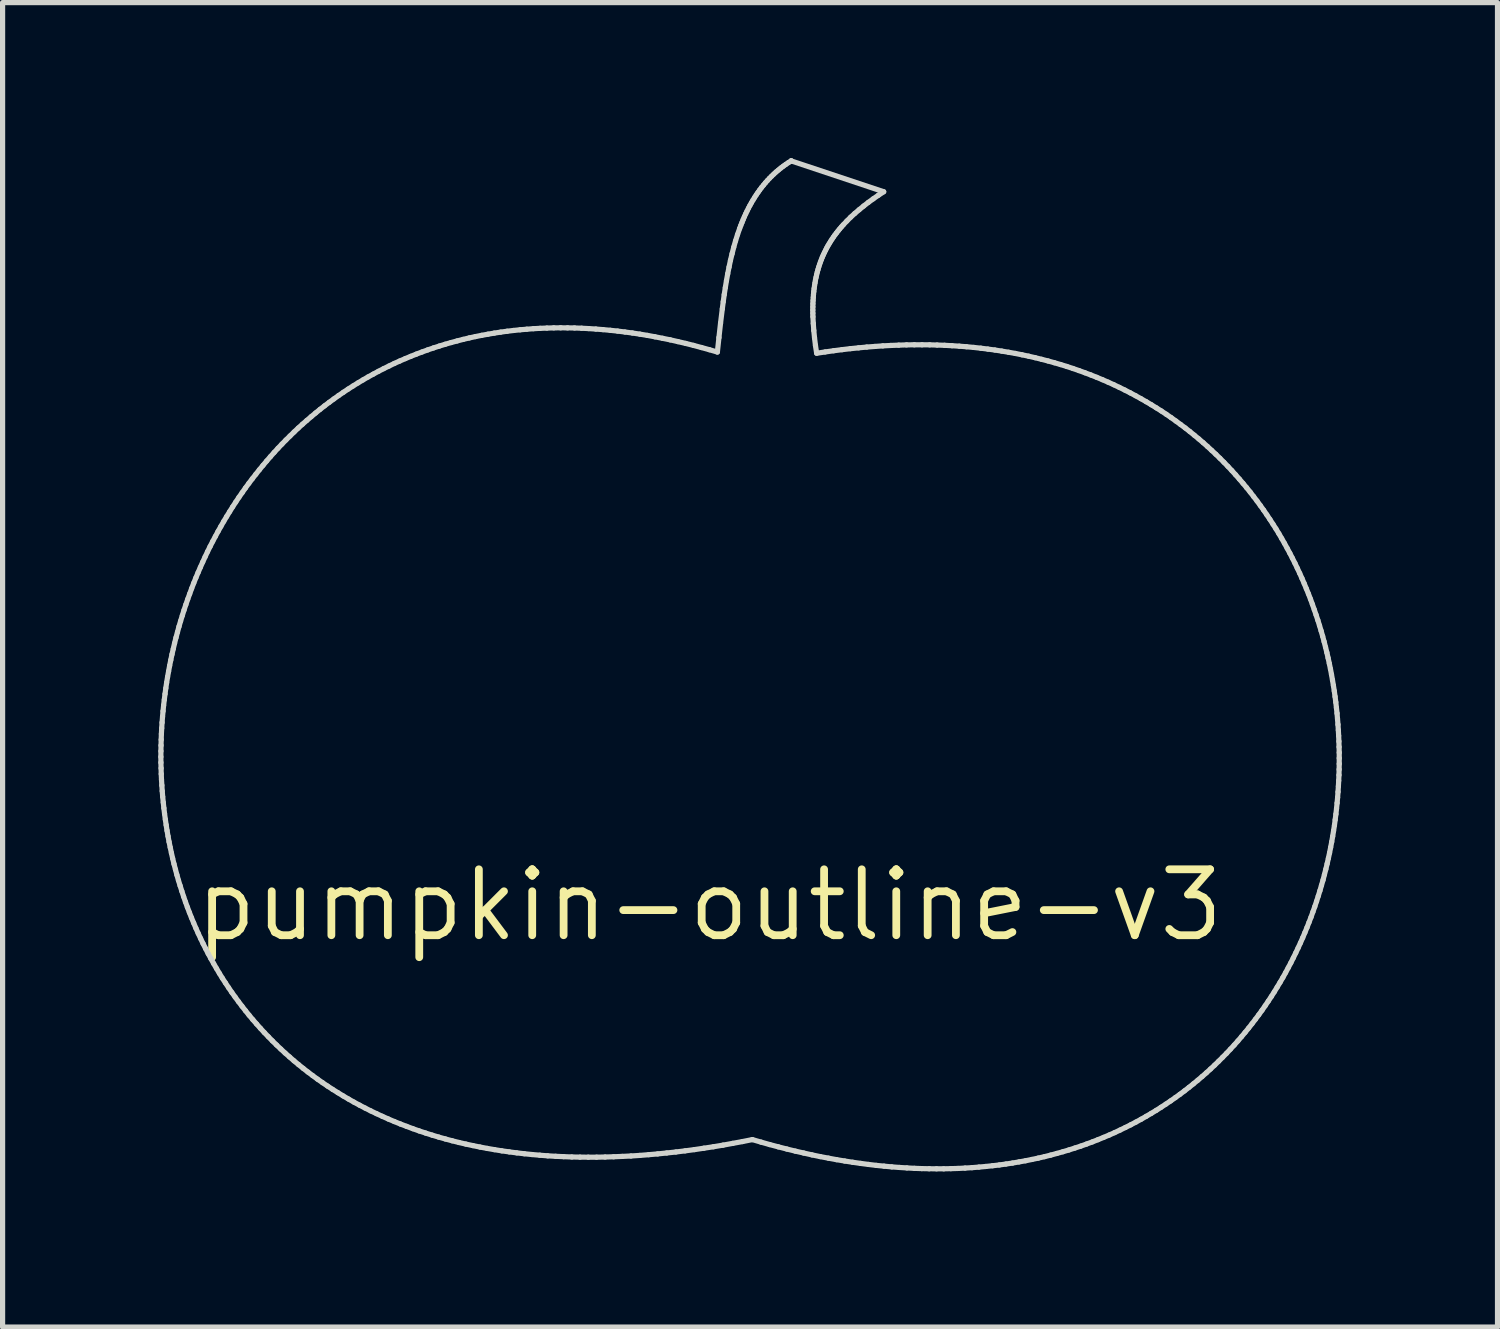
<source format=kicad_pcb>
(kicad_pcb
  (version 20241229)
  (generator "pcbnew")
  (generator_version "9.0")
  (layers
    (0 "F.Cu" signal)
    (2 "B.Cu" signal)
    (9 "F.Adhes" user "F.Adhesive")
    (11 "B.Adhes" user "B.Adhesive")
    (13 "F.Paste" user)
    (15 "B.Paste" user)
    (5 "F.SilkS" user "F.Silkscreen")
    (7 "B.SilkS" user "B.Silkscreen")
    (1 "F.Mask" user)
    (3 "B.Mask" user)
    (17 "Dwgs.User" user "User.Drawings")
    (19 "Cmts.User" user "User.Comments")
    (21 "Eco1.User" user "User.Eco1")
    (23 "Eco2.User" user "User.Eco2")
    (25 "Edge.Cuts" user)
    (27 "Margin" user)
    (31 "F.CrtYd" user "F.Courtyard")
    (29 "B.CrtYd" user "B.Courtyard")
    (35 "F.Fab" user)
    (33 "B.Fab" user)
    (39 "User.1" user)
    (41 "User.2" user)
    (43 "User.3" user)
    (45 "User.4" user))
  (footprint "pumpkin-outline-v3"
    (layer "F.Cu")
    (at 10.623 14.392)
    (property "Reference" "pumpkin-outline-v3" (at 0 0 0) (layer "F.SilkS") (effects (font (size 1.27 1.27) (thickness 0.15))))
    (attr through_hole)
    (fp_line (start -10.573 -2.858) (end -10.572 -2.748) (stroke (width 0.1) (type solid)) (layer "Edge.Cuts"))
    (fp_line (start -10.572 -2.968) (end -10.573 -2.858) (stroke (width 0.1) (type solid)) (layer "Edge.Cuts"))
    (fp_line (start -10.572 -2.748) (end -10.569 -2.638) (stroke (width 0.1) (type solid)) (layer "Edge.Cuts"))
    (fp_line (start -10.57 -3.078) (end -10.572 -2.968) (stroke (width 0.1) (type solid)) (layer "Edge.Cuts"))
    (fp_line (start -10.569 -2.638) (end -10.566 -2.528) (stroke (width 0.1) (type solid)) (layer "Edge.Cuts"))
    (fp_line (start -10.567 -3.189) (end -10.57 -3.078) (stroke (width 0.1) (type solid)) (layer "Edge.Cuts"))
    (fp_line (start -10.566 -2.528) (end -10.561 -2.418) (stroke (width 0.1) (type solid)) (layer "Edge.Cuts"))
    (fp_line (start -10.563 -3.299) (end -10.567 -3.189) (stroke (width 0.1) (type solid)) (layer "Edge.Cuts"))
    (fp_line (start -10.561 -2.418) (end -10.554 -2.308) (stroke (width 0.1) (type solid)) (layer "Edge.Cuts"))
    (fp_line (start -10.557 -3.409) (end -10.563 -3.299) (stroke (width 0.1) (type solid)) (layer "Edge.Cuts"))
    (fp_line (start -10.554 -2.308) (end -10.547 -2.198) (stroke (width 0.1) (type solid)) (layer "Edge.Cuts"))
    (fp_line (start -10.55 -3.519) (end -10.557 -3.409) (stroke (width 0.1) (type solid)) (layer "Edge.Cuts"))
    (fp_line (start -10.547 -2.198) (end -10.538 -2.089) (stroke (width 0.1) (type solid)) (layer "Edge.Cuts"))
    (fp_line (start -10.541 -3.63) (end -10.55 -3.519) (stroke (width 0.1) (type solid)) (layer "Edge.Cuts"))
    (fp_line (start -10.538 -2.089) (end -10.527 -1.979) (stroke (width 0.1) (type solid)) (layer "Edge.Cuts"))
    (fp_line (start -10.531 -3.74) (end -10.541 -3.63) (stroke (width 0.1) (type solid)) (layer "Edge.Cuts"))
    (fp_line (start -10.527 -1.979) (end -10.515 -1.87) (stroke (width 0.1) (type solid)) (layer "Edge.Cuts"))
    (fp_line (start -10.52 -3.85) (end -10.531 -3.74) (stroke (width 0.1) (type solid)) (layer "Edge.Cuts"))
    (fp_line (start -10.515 -1.87) (end -10.502 -1.761) (stroke (width 0.1) (type solid)) (layer "Edge.Cuts"))
    (fp_line (start -10.507 -3.959) (end -10.52 -3.85) (stroke (width 0.1) (type solid)) (layer "Edge.Cuts"))
    (fp_line (start -10.502 -1.761) (end -10.487 -1.652) (stroke (width 0.1) (type solid)) (layer "Edge.Cuts"))
    (fp_line (start -10.493 -4.069) (end -10.507 -3.959) (stroke (width 0.1) (type solid)) (layer "Edge.Cuts"))
    (fp_line (start -10.487 -1.652) (end -10.471 -1.544) (stroke (width 0.1) (type solid)) (layer "Edge.Cuts"))
    (fp_line (start -10.478 -4.179) (end -10.493 -4.069) (stroke (width 0.1) (type solid)) (layer "Edge.Cuts"))
    (fp_line (start -10.471 -1.544) (end -10.454 -1.436) (stroke (width 0.1) (type solid)) (layer "Edge.Cuts"))
    (fp_line (start -10.462 -4.288) (end -10.478 -4.179) (stroke (width 0.1) (type solid)) (layer "Edge.Cuts"))
    (fp_line (start -10.454 -1.436) (end -10.435 -1.328) (stroke (width 0.1) (type solid)) (layer "Edge.Cuts"))
    (fp_line (start -10.444 -4.397) (end -10.462 -4.288) (stroke (width 0.1) (type solid)) (layer "Edge.Cuts"))
    (fp_line (start -10.435 -1.328) (end -10.415 -1.22) (stroke (width 0.1) (type solid)) (layer "Edge.Cuts"))
    (fp_line (start -10.424 -4.506) (end -10.444 -4.397) (stroke (width 0.1) (type solid)) (layer "Edge.Cuts"))
    (fp_line (start -10.415 -1.22) (end -10.393 -1.113) (stroke (width 0.1) (type solid)) (layer "Edge.Cuts"))
    (fp_line (start -10.404 -4.615) (end -10.424 -4.506) (stroke (width 0.1) (type solid)) (layer "Edge.Cuts"))
    (fp_line (start -10.393 -1.113) (end -10.37 -1.006) (stroke (width 0.1) (type solid)) (layer "Edge.Cuts"))
    (fp_line (start -10.382 -4.723) (end -10.404 -4.615) (stroke (width 0.1) (type solid)) (layer "Edge.Cuts"))
    (fp_line (start -10.37 -1.006) (end -10.346 -0.9) (stroke (width 0.1) (type solid)) (layer "Edge.Cuts"))
    (fp_line (start -10.359 -4.832) (end -10.382 -4.723) (stroke (width 0.1) (type solid)) (layer "Edge.Cuts"))
    (fp_line (start -10.346 -0.9) (end -10.32 -0.793) (stroke (width 0.1) (type solid)) (layer "Edge.Cuts"))
    (fp_line (start -10.334 -4.939) (end -10.359 -4.832) (stroke (width 0.1) (type solid)) (layer "Edge.Cuts"))
    (fp_line (start -10.32 -0.793) (end -10.292 -0.688) (stroke (width 0.1) (type solid)) (layer "Edge.Cuts"))
    (fp_line (start -10.309 -5.047) (end -10.334 -4.939) (stroke (width 0.1) (type solid)) (layer "Edge.Cuts"))
    (fp_line (start -10.292 -0.688) (end -10.264 -0.582) (stroke (width 0.1) (type solid)) (layer "Edge.Cuts"))
    (fp_line (start -10.282 -5.154) (end -10.309 -5.047) (stroke (width 0.1) (type solid)) (layer "Edge.Cuts"))
    (fp_line (start -10.264 -0.582) (end -10.234 -0.477) (stroke (width 0.1) (type solid)) (layer "Edge.Cuts"))
    (fp_line (start -10.253 -5.261) (end -10.282 -5.154) (stroke (width 0.1) (type solid)) (layer "Edge.Cuts"))
    (fp_line (start -10.234 -0.477) (end -10.202 -0.373) (stroke (width 0.1) (type solid)) (layer "Edge.Cuts"))
    (fp_line (start -10.224 -5.368) (end -10.253 -5.261) (stroke (width 0.1) (type solid)) (layer "Edge.Cuts"))
    (fp_line (start -10.202 -0.373) (end -10.169 -0.269) (stroke (width 0.1) (type solid)) (layer "Edge.Cuts"))
    (fp_line (start -10.193 -5.474) (end -10.224 -5.368) (stroke (width 0.1) (type solid)) (layer "Edge.Cuts"))
    (fp_line (start -10.169 -0.269) (end -10.135 -0.165) (stroke (width 0.1) (type solid)) (layer "Edge.Cuts"))
    (fp_line (start -10.16 -5.58) (end -10.193 -5.474) (stroke (width 0.1) (type solid)) (layer "Edge.Cuts"))
    (fp_line (start -10.135 -0.165) (end -10.099 -0.062) (stroke (width 0.1) (type solid)) (layer "Edge.Cuts"))
    (fp_line (start -10.127 -5.685) (end -10.16 -5.58) (stroke (width 0.1) (type solid)) (layer "Edge.Cuts"))
    (fp_line (start -10.099 -0.062) (end -10.062 0.04) (stroke (width 0.1) (type solid)) (layer "Edge.Cuts"))
    (fp_line (start -10.092 -5.79) (end -10.127 -5.685) (stroke (width 0.1) (type solid)) (layer "Edge.Cuts"))
    (fp_line (start -10.062 0.04) (end -10.023 0.142) (stroke (width 0.1) (type solid)) (layer "Edge.Cuts"))
    (fp_line (start -10.056 -5.894) (end -10.092 -5.79) (stroke (width 0.1) (type solid)) (layer "Edge.Cuts"))
    (fp_line (start -10.023 0.142) (end -9.983 0.243) (stroke (width 0.1) (type solid)) (layer "Edge.Cuts"))
    (fp_line (start -10.018 -5.998) (end -10.056 -5.894) (stroke (width 0.1) (type solid)) (layer "Edge.Cuts"))
    (fp_line (start -9.983 0.243) (end -9.941 0.344) (stroke (width 0.1) (type solid)) (layer "Edge.Cuts"))
    (fp_line (start -9.98 -6.102) (end -10.018 -5.998) (stroke (width 0.1) (type solid)) (layer "Edge.Cuts"))
    (fp_line (start -9.941 0.344) (end -9.898 0.444) (stroke (width 0.1) (type solid)) (layer "Edge.Cuts"))
    (fp_line (start -9.94 -6.205) (end -9.98 -6.102) (stroke (width 0.1) (type solid)) (layer "Edge.Cuts"))
    (fp_line (start -9.899 -6.307) (end -9.94 -6.205) (stroke (width 0.1) (type solid)) (layer "Edge.Cuts"))
    (fp_line (start -9.898 0.444) (end -9.854 0.543) (stroke (width 0.1) (type solid)) (layer "Edge.Cuts"))
    (fp_line (start -9.856 -6.409) (end -9.899 -6.307) (stroke (width 0.1) (type solid)) (layer "Edge.Cuts"))
    (fp_line (start -9.854 0.543) (end -9.808 0.642) (stroke (width 0.1) (type solid)) (layer "Edge.Cuts"))
    (fp_line (start -9.812 -6.51) (end -9.856 -6.409) (stroke (width 0.1) (type solid)) (layer "Edge.Cuts"))
    (fp_line (start -9.808 0.642) (end -9.76 0.741) (stroke (width 0.1) (type solid)) (layer "Edge.Cuts"))
    (fp_line (start -9.767 -6.611) (end -9.812 -6.51) (stroke (width 0.1) (type solid)) (layer "Edge.Cuts"))
    (fp_line (start -9.76 0.741) (end -9.711 0.838) (stroke (width 0.1) (type solid)) (layer "Edge.Cuts"))
    (fp_line (start -9.721 -6.711) (end -9.767 -6.611) (stroke (width 0.1) (type solid)) (layer "Edge.Cuts"))
    (fp_line (start -9.711 0.838) (end -9.661 0.935) (stroke (width 0.1) (type solid)) (layer "Edge.Cuts"))
    (fp_line (start -9.674 -6.811) (end -9.721 -6.711) (stroke (width 0.1) (type solid)) (layer "Edge.Cuts"))
    (fp_line (start -9.661 0.935) (end -9.609 1.031) (stroke (width 0.1) (type solid)) (layer "Edge.Cuts"))
    (fp_line (start -9.625 -6.91) (end -9.674 -6.811) (stroke (width 0.1) (type solid)) (layer "Edge.Cuts"))
    (fp_line (start -9.609 1.031) (end -9.556 1.126) (stroke (width 0.1) (type solid)) (layer "Edge.Cuts"))
    (fp_line (start -9.575 -7.008) (end -9.625 -6.91) (stroke (width 0.1) (type solid)) (layer "Edge.Cuts"))
    (fp_line (start -9.556 1.126) (end -9.501 1.221) (stroke (width 0.1) (type solid)) (layer "Edge.Cuts"))
    (fp_line (start -9.523 -7.105) (end -9.575 -7.008) (stroke (width 0.1) (type solid)) (layer "Edge.Cuts"))
    (fp_line (start -9.501 1.221) (end -9.445 1.315) (stroke (width 0.1) (type solid)) (layer "Edge.Cuts"))
    (fp_line (start -9.471 -7.202) (end -9.523 -7.105) (stroke (width 0.1) (type solid)) (layer "Edge.Cuts"))
    (fp_line (start -9.445 1.315) (end -9.388 1.408) (stroke (width 0.1) (type solid)) (layer "Edge.Cuts"))
    (fp_line (start -9.417 -7.298) (end -9.471 -7.202) (stroke (width 0.1) (type solid)) (layer "Edge.Cuts"))
    (fp_line (start -9.388 1.408) (end -9.328 1.5) (stroke (width 0.1) (type solid)) (layer "Edge.Cuts"))
    (fp_line (start -9.362 -7.394) (end -9.417 -7.298) (stroke (width 0.1) (type solid)) (layer "Edge.Cuts"))
    (fp_line (start -9.328 1.5) (end -9.268 1.591) (stroke (width 0.1) (type solid)) (layer "Edge.Cuts"))
    (fp_line (start -9.306 -7.488) (end -9.362 -7.394) (stroke (width 0.1) (type solid)) (layer "Edge.Cuts"))
    (fp_line (start -9.268 1.591) (end -9.206 1.682) (stroke (width 0.1) (type solid)) (layer "Edge.Cuts"))
    (fp_line (start -9.248 -7.582) (end -9.306 -7.488) (stroke (width 0.1) (type solid)) (layer "Edge.Cuts"))
    (fp_line (start -9.206 1.682) (end -9.142 1.771) (stroke (width 0.1) (type solid)) (layer "Edge.Cuts"))
    (fp_line (start -9.19 -7.675) (end -9.248 -7.582) (stroke (width 0.1) (type solid)) (layer "Edge.Cuts"))
    (fp_line (start -9.142 1.771) (end -9.077 1.86) (stroke (width 0.1) (type solid)) (layer "Edge.Cuts"))
    (fp_line (start -9.13 -7.767) (end -9.19 -7.675) (stroke (width 0.1) (type solid)) (layer "Edge.Cuts"))
    (fp_line (start -9.077 1.86) (end -9.01 1.948) (stroke (width 0.1) (type solid)) (layer "Edge.Cuts"))
    (fp_line (start -9.069 -7.859) (end -9.13 -7.767) (stroke (width 0.1) (type solid)) (layer "Edge.Cuts"))
    (fp_line (start -9.01 1.948) (end -8.942 2.035) (stroke (width 0.1) (type solid)) (layer "Edge.Cuts"))
    (fp_line (start -9.006 -7.949) (end -9.069 -7.859) (stroke (width 0.1) (type solid)) (layer "Edge.Cuts"))
    (fp_line (start -8.943 -8.039) (end -9.006 -7.949) (stroke (width 0.1) (type solid)) (layer "Edge.Cuts"))
    (fp_line (start -8.942 2.035) (end -8.873 2.121) (stroke (width 0.1) (type solid)) (layer "Edge.Cuts"))
    (fp_line (start -8.878 -8.128) (end -8.943 -8.039) (stroke (width 0.1) (type solid)) (layer "Edge.Cuts"))
    (fp_line (start -8.873 2.121) (end -8.802 2.206) (stroke (width 0.1) (type solid)) (layer "Edge.Cuts"))
    (fp_line (start -8.812 -8.215) (end -8.878 -8.128) (stroke (width 0.1) (type solid)) (layer "Edge.Cuts"))
    (fp_line (start -8.802 2.206) (end -8.729 2.29) (stroke (width 0.1) (type solid)) (layer "Edge.Cuts"))
    (fp_line (start -8.744 -8.302) (end -8.812 -8.215) (stroke (width 0.1) (type solid)) (layer "Edge.Cuts"))
    (fp_line (start -8.729 2.29) (end -8.655 2.373) (stroke (width 0.1) (type solid)) (layer "Edge.Cuts"))
    (fp_line (start -8.676 -8.388) (end -8.744 -8.302) (stroke (width 0.1) (type solid)) (layer "Edge.Cuts"))
    (fp_line (start -8.655 2.373) (end -8.58 2.455) (stroke (width 0.1) (type solid)) (layer "Edge.Cuts"))
    (fp_line (start -8.606 -8.473) (end -8.676 -8.388) (stroke (width 0.1) (type solid)) (layer "Edge.Cuts"))
    (fp_line (start -8.58 2.455) (end -8.502 2.536) (stroke (width 0.1) (type solid)) (layer "Edge.Cuts"))
    (fp_line (start -8.535 -8.558) (end -8.606 -8.473) (stroke (width 0.1) (type solid)) (layer "Edge.Cuts"))
    (fp_line (start -8.502 2.536) (end -8.424 2.616) (stroke (width 0.1) (type solid)) (layer "Edge.Cuts"))
    (fp_line (start -8.463 -8.641) (end -8.535 -8.558) (stroke (width 0.1) (type solid)) (layer "Edge.Cuts"))
    (fp_line (start -8.424 2.616) (end -8.344 2.695) (stroke (width 0.1) (type solid)) (layer "Edge.Cuts"))
    (fp_line (start -8.39 -8.723) (end -8.463 -8.641) (stroke (width 0.1) (type solid)) (layer "Edge.Cuts"))
    (fp_line (start -8.344 2.695) (end -8.262 2.773) (stroke (width 0.1) (type solid)) (layer "Edge.Cuts"))
    (fp_line (start -8.316 -8.804) (end -8.39 -8.723) (stroke (width 0.1) (type solid)) (layer "Edge.Cuts"))
    (fp_line (start -8.262 2.773) (end -8.179 2.85) (stroke (width 0.1) (type solid)) (layer "Edge.Cuts"))
    (fp_line (start -8.24 -8.884) (end -8.316 -8.804) (stroke (width 0.1) (type solid)) (layer "Edge.Cuts"))
    (fp_line (start -8.179 2.85) (end -8.094 2.925) (stroke (width 0.1) (type solid)) (layer "Edge.Cuts"))
    (fp_line (start -8.163 -8.963) (end -8.24 -8.884) (stroke (width 0.1) (type solid)) (layer "Edge.Cuts"))
    (fp_line (start -8.094 2.925) (end -8.008 3) (stroke (width 0.1) (type solid)) (layer "Edge.Cuts"))
    (fp_line (start -8.085 -9.04) (end -8.163 -8.963) (stroke (width 0.1) (type solid)) (layer "Edge.Cuts"))
    (fp_line (start -8.008 3) (end -7.92 3.073) (stroke (width 0.1) (type solid)) (layer "Edge.Cuts"))
    (fp_line (start -8.006 -9.117) (end -8.085 -9.04) (stroke (width 0.1) (type solid)) (layer "Edge.Cuts"))
    (fp_line (start -7.926 -9.193) (end -8.006 -9.117) (stroke (width 0.1) (type solid)) (layer "Edge.Cuts"))
    (fp_line (start -7.92 3.073) (end -7.831 3.145) (stroke (width 0.1) (type solid)) (layer "Edge.Cuts"))
    (fp_line (start -7.844 -9.267) (end -7.926 -9.193) (stroke (width 0.1) (type solid)) (layer "Edge.Cuts"))
    (fp_line (start -7.831 3.145) (end -7.74 3.216) (stroke (width 0.1) (type solid)) (layer "Edge.Cuts"))
    (fp_line (start -7.761 -9.34) (end -7.844 -9.267) (stroke (width 0.1) (type solid)) (layer "Edge.Cuts"))
    (fp_line (start -7.74 3.216) (end -7.648 3.285) (stroke (width 0.1) (type solid)) (layer "Edge.Cuts"))
    (fp_line (start -7.677 -9.412) (end -7.761 -9.34) (stroke (width 0.1) (type solid)) (layer "Edge.Cuts"))
    (fp_line (start -7.648 3.285) (end -7.554 3.354) (stroke (width 0.1) (type solid)) (layer "Edge.Cuts"))
    (fp_line (start -7.592 -9.483) (end -7.677 -9.412) (stroke (width 0.1) (type solid)) (layer "Edge.Cuts"))
    (fp_line (start -7.554 3.354) (end -7.458 3.421) (stroke (width 0.1) (type solid)) (layer "Edge.Cuts"))
    (fp_line (start -7.506 -9.553) (end -7.592 -9.483) (stroke (width 0.1) (type solid)) (layer "Edge.Cuts"))
    (fp_line (start -7.458 3.421) (end -7.361 3.487) (stroke (width 0.1) (type solid)) (layer "Edge.Cuts"))
    (fp_line (start -7.419 -9.621) (end -7.506 -9.553) (stroke (width 0.1) (type solid)) (layer "Edge.Cuts"))
    (fp_line (start -7.361 3.487) (end -7.263 3.551) (stroke (width 0.1) (type solid)) (layer "Edge.Cuts"))
    (fp_line (start -7.33 -9.688) (end -7.419 -9.621) (stroke (width 0.1) (type solid)) (layer "Edge.Cuts"))
    (fp_line (start -7.263 3.551) (end -7.162 3.614) (stroke (width 0.1) (type solid)) (layer "Edge.Cuts"))
    (fp_line (start -7.24 -9.754) (end -7.33 -9.688) (stroke (width 0.1) (type solid)) (layer "Edge.Cuts"))
    (fp_line (start -7.162 3.614) (end -7.061 3.676) (stroke (width 0.1) (type solid)) (layer "Edge.Cuts"))
    (fp_line (start -7.149 -9.819) (end -7.24 -9.754) (stroke (width 0.1) (type solid)) (layer "Edge.Cuts"))
    (fp_line (start -7.061 3.676) (end -6.957 3.737) (stroke (width 0.1) (type solid)) (layer "Edge.Cuts"))
    (fp_line (start -7.057 -9.882) (end -7.149 -9.819) (stroke (width 0.1) (type solid)) (layer "Edge.Cuts"))
    (fp_line (start -6.964 -9.944) (end -7.057 -9.882) (stroke (width 0.1) (type solid)) (layer "Edge.Cuts"))
    (fp_line (start -6.957 3.737) (end -6.853 3.796) (stroke (width 0.1) (type solid)) (layer "Edge.Cuts"))
    (fp_line (start -6.87 -10.004) (end -6.964 -9.944) (stroke (width 0.1) (type solid)) (layer "Edge.Cuts"))
    (fp_line (start -6.853 3.796) (end -6.746 3.854) (stroke (width 0.1) (type solid)) (layer "Edge.Cuts"))
    (fp_line (start -6.775 -10.063) (end -6.87 -10.004) (stroke (width 0.1) (type solid)) (layer "Edge.Cuts"))
    (fp_line (start -6.746 3.854) (end -6.638 3.91) (stroke (width 0.1) (type solid)) (layer "Edge.Cuts"))
    (fp_line (start -6.678 -10.121) (end -6.775 -10.063) (stroke (width 0.1) (type solid)) (layer "Edge.Cuts"))
    (fp_line (start -6.638 3.91) (end -6.529 3.965) (stroke (width 0.1) (type solid)) (layer "Edge.Cuts"))
    (fp_line (start -6.58 -10.178) (end -6.678 -10.121) (stroke (width 0.1) (type solid)) (layer "Edge.Cuts"))
    (fp_line (start -6.529 3.965) (end -6.418 4.018) (stroke (width 0.1) (type solid)) (layer "Edge.Cuts"))
    (fp_line (start -6.481 -10.232) (end -6.58 -10.178) (stroke (width 0.1) (type solid)) (layer "Edge.Cuts"))
    (fp_line (start -6.418 4.018) (end -6.305 4.07) (stroke (width 0.1) (type solid)) (layer "Edge.Cuts"))
    (fp_line (start -6.381 -10.286) (end -6.481 -10.232) (stroke (width 0.1) (type solid)) (layer "Edge.Cuts"))
    (fp_line (start -6.305 4.07) (end -6.191 4.121) (stroke (width 0.1) (type solid)) (layer "Edge.Cuts"))
    (fp_line (start -6.28 -10.338) (end -6.381 -10.286) (stroke (width 0.1) (type solid)) (layer "Edge.Cuts"))
    (fp_line (start -6.191 4.121) (end -6.075 4.17) (stroke (width 0.1) (type solid)) (layer "Edge.Cuts"))
    (fp_line (start -6.178 -10.388) (end -6.28 -10.338) (stroke (width 0.1) (type solid)) (layer "Edge.Cuts"))
    (fp_line (start -6.075 4.17) (end -5.957 4.218) (stroke (width 0.1) (type solid)) (layer "Edge.Cuts"))
    (fp_line (start -6.075 -10.438) (end -6.178 -10.388) (stroke (width 0.1) (type solid)) (layer "Edge.Cuts"))
    (fp_line (start -5.97 -10.485) (end -6.075 -10.438) (stroke (width 0.1) (type solid)) (layer "Edge.Cuts"))
    (fp_line (start -5.957 4.218) (end -5.838 4.263) (stroke (width 0.1) (type solid)) (layer "Edge.Cuts"))
    (fp_line (start -5.864 -10.531) (end -5.97 -10.485) (stroke (width 0.1) (type solid)) (layer "Edge.Cuts"))
    (fp_line (start -5.838 4.263) (end -5.718 4.308) (stroke (width 0.1) (type solid)) (layer "Edge.Cuts"))
    (fp_line (start -5.758 -10.575) (end -5.864 -10.531) (stroke (width 0.1) (type solid)) (layer "Edge.Cuts"))
    (fp_line (start -5.718 4.308) (end -5.596 4.351) (stroke (width 0.1) (type solid)) (layer "Edge.Cuts"))
    (fp_line (start -5.65 -10.618) (end -5.758 -10.575) (stroke (width 0.1) (type solid)) (layer "Edge.Cuts"))
    (fp_line (start -5.596 4.351) (end -5.472 4.392) (stroke (width 0.1) (type solid)) (layer "Edge.Cuts"))
    (fp_line (start -5.541 -10.659) (end -5.65 -10.618) (stroke (width 0.1) (type solid)) (layer "Edge.Cuts"))
    (fp_line (start -5.472 4.392) (end -5.346 4.432) (stroke (width 0.1) (type solid)) (layer "Edge.Cuts"))
    (fp_line (start -5.431 -10.699) (end -5.541 -10.659) (stroke (width 0.1) (type solid)) (layer "Edge.Cuts"))
    (fp_line (start -5.346 4.432) (end -5.219 4.47) (stroke (width 0.1) (type solid)) (layer "Edge.Cuts"))
    (fp_line (start -5.32 -10.737) (end -5.431 -10.699) (stroke (width 0.1) (type solid)) (layer "Edge.Cuts"))
    (fp_line (start -5.219 4.47) (end -5.091 4.506) (stroke (width 0.1) (type solid)) (layer "Edge.Cuts"))
    (fp_line (start -5.208 -10.773) (end -5.32 -10.737) (stroke (width 0.1) (type solid)) (layer "Edge.Cuts"))
    (fp_line (start -5.094 -10.808) (end -5.208 -10.773) (stroke (width 0.1) (type solid)) (layer "Edge.Cuts"))
    (fp_line (start -5.091 4.506) (end -4.96 4.541) (stroke (width 0.1) (type solid)) (layer "Edge.Cuts"))
    (fp_line (start -4.98 -10.841) (end -5.094 -10.808) (stroke (width 0.1) (type solid)) (layer "Edge.Cuts"))
    (fp_line (start -4.96 4.541) (end -4.829 4.574) (stroke (width 0.1) (type solid)) (layer "Edge.Cuts"))
    (fp_line (start -4.864 -10.872) (end -4.98 -10.841) (stroke (width 0.1) (type solid)) (layer "Edge.Cuts"))
    (fp_line (start -4.829 4.574) (end -4.695 4.605) (stroke (width 0.1) (type solid)) (layer "Edge.Cuts"))
    (fp_line (start -4.748 -10.902) (end -4.864 -10.872) (stroke (width 0.1) (type solid)) (layer "Edge.Cuts"))
    (fp_line (start -4.695 4.605) (end -4.56 4.634) (stroke (width 0.1) (type solid)) (layer "Edge.Cuts"))
    (fp_line (start -4.63 -10.93) (end -4.748 -10.902) (stroke (width 0.1) (type solid)) (layer "Edge.Cuts"))
    (fp_line (start -4.56 4.634) (end -4.423 4.662) (stroke (width 0.1) (type solid)) (layer "Edge.Cuts"))
    (fp_line (start -4.511 -10.956) (end -4.63 -10.93) (stroke (width 0.1) (type solid)) (layer "Edge.Cuts"))
    (fp_line (start -4.423 4.662) (end -4.285 4.688) (stroke (width 0.1) (type solid)) (layer "Edge.Cuts"))
    (fp_line (start -4.391 -10.98) (end -4.511 -10.956) (stroke (width 0.1) (type solid)) (layer "Edge.Cuts"))
    (fp_line (start -4.285 4.688) (end -4.145 4.712) (stroke (width 0.1) (type solid)) (layer "Edge.Cuts"))
    (fp_line (start -4.27 -11.002) (end -4.391 -10.98) (stroke (width 0.1) (type solid)) (layer "Edge.Cuts"))
    (fp_line (start -4.148 -11.023) (end -4.27 -11.002) (stroke (width 0.1) (type solid)) (layer "Edge.Cuts"))
    (fp_line (start -4.145 4.712) (end -4.003 4.735) (stroke (width 0.1) (type solid)) (layer "Edge.Cuts"))
    (fp_line (start -4.025 -11.042) (end -4.148 -11.023) (stroke (width 0.1) (type solid)) (layer "Edge.Cuts"))
    (fp_line (start -4.003 4.735) (end -3.86 4.755) (stroke (width 0.1) (type solid)) (layer "Edge.Cuts"))
    (fp_line (start -3.901 -11.059) (end -4.025 -11.042) (stroke (width 0.1) (type solid)) (layer "Edge.Cuts"))
    (fp_line (start -3.86 4.755) (end -3.715 4.774) (stroke (width 0.1) (type solid)) (layer "Edge.Cuts"))
    (fp_line (start -3.776 -11.074) (end -3.901 -11.059) (stroke (width 0.1) (type solid)) (layer "Edge.Cuts"))
    (fp_line (start -3.715 4.774) (end -3.569 4.791) (stroke (width 0.1) (type solid)) (layer "Edge.Cuts"))
    (fp_line (start -3.65 -11.087) (end -3.776 -11.074) (stroke (width 0.1) (type solid)) (layer "Edge.Cuts"))
    (fp_line (start -3.569 4.791) (end -3.421 4.806) (stroke (width 0.1) (type solid)) (layer "Edge.Cuts"))
    (fp_line (start -3.522 -11.098) (end -3.65 -11.087) (stroke (width 0.1) (type solid)) (layer "Edge.Cuts"))
    (fp_line (start -3.421 4.806) (end -3.271 4.819) (stroke (width 0.1) (type solid)) (layer "Edge.Cuts"))
    (fp_line (start -3.394 -11.108) (end -3.522 -11.098) (stroke (width 0.1) (type solid)) (layer "Edge.Cuts"))
    (fp_line (start -3.271 4.819) (end -3.119 4.831) (stroke (width 0.1) (type solid)) (layer "Edge.Cuts"))
    (fp_line (start -3.265 -11.115) (end -3.394 -11.108) (stroke (width 0.1) (type solid)) (layer "Edge.Cuts"))
    (fp_line (start -3.134 -11.12) (end -3.265 -11.115) (stroke (width 0.1) (type solid)) (layer "Edge.Cuts"))
    (fp_line (start -3.119 4.831) (end -2.966 4.84) (stroke (width 0.1) (type solid)) (layer "Edge.Cuts"))
    (fp_line (start -3.002 -11.124) (end -3.134 -11.12) (stroke (width 0.1) (type solid)) (layer "Edge.Cuts"))
    (fp_line (start -2.966 4.84) (end -2.812 4.847) (stroke (width 0.1) (type solid)) (layer "Edge.Cuts"))
    (fp_line (start -2.87 -11.125) (end -3.002 -11.124) (stroke (width 0.1) (type solid)) (layer "Edge.Cuts"))
    (fp_line (start -2.812 4.847) (end -2.655 4.853) (stroke (width 0.1) (type solid)) (layer "Edge.Cuts"))
    (fp_line (start -2.736 -11.124) (end -2.87 -11.125) (stroke (width 0.1) (type solid)) (layer "Edge.Cuts"))
    (fp_line (start -2.655 4.853) (end -2.497 4.856) (stroke (width 0.1) (type solid)) (layer "Edge.Cuts"))
    (fp_line (start -2.602 -11.122) (end -2.736 -11.124) (stroke (width 0.1) (type solid)) (layer "Edge.Cuts"))
    (fp_line (start -2.497 4.856) (end -2.337 4.857) (stroke (width 0.1) (type solid)) (layer "Edge.Cuts"))
    (fp_line (start -2.466 -11.117) (end -2.602 -11.122) (stroke (width 0.1) (type solid)) (layer "Edge.Cuts"))
    (fp_line (start -2.337 4.857) (end -2.176 4.857) (stroke (width 0.1) (type solid)) (layer "Edge.Cuts"))
    (fp_line (start -2.329 -11.11) (end -2.466 -11.117) (stroke (width 0.1) (type solid)) (layer "Edge.Cuts"))
    (fp_line (start -2.191 -11.101) (end -2.329 -11.11) (stroke (width 0.1) (type solid)) (layer "Edge.Cuts"))
    (fp_line (start -2.176 4.857) (end -2.013 4.854) (stroke (width 0.1) (type solid)) (layer "Edge.Cuts"))
    (fp_line (start -2.053 -11.09) (end -2.191 -11.101) (stroke (width 0.1) (type solid)) (layer "Edge.Cuts"))
    (fp_line (start -2.013 4.854) (end -1.848 4.849) (stroke (width 0.1) (type solid)) (layer "Edge.Cuts"))
    (fp_line (start -1.913 -11.077) (end -2.053 -11.09) (stroke (width 0.1) (type solid)) (layer "Edge.Cuts"))
    (fp_line (start -1.848 4.849) (end -1.682 4.842) (stroke (width 0.1) (type solid)) (layer "Edge.Cuts"))
    (fp_line (start -1.772 -11.062) (end -1.913 -11.077) (stroke (width 0.1) (type solid)) (layer "Edge.Cuts"))
    (fp_line (start -1.682 4.842) (end -1.514 4.834) (stroke (width 0.1) (type solid)) (layer "Edge.Cuts"))
    (fp_line (start -1.63 -11.044) (end -1.772 -11.062) (stroke (width 0.1) (type solid)) (layer "Edge.Cuts"))
    (fp_line (start -1.514 4.834) (end -1.344 4.823) (stroke (width 0.1) (type solid)) (layer "Edge.Cuts"))
    (fp_line (start -1.487 -11.025) (end -1.63 -11.044) (stroke (width 0.1) (type solid)) (layer "Edge.Cuts"))
    (fp_line (start -1.344 4.823) (end -1.173 4.809) (stroke (width 0.1) (type solid)) (layer "Edge.Cuts"))
    (fp_line (start -1.343 -11.003) (end -1.487 -11.025) (stroke (width 0.1) (type solid)) (layer "Edge.Cuts"))
    (fp_line (start -1.198 -10.979) (end -1.343 -11.003) (stroke (width 0.1) (type solid)) (layer "Edge.Cuts"))
    (fp_line (start -1.173 4.809) (end -1 4.794) (stroke (width 0.1) (type solid)) (layer "Edge.Cuts"))
    (fp_line (start -1.053 -10.952) (end -1.198 -10.979) (stroke (width 0.1) (type solid)) (layer "Edge.Cuts"))
    (fp_line (start -1 4.794) (end -0.825 4.776) (stroke (width 0.1) (type solid)) (layer "Edge.Cuts"))
    (fp_line (start -0.906 -10.923) (end -1.053 -10.952) (stroke (width 0.1) (type solid)) (layer "Edge.Cuts"))
    (fp_line (start -0.825 4.776) (end -0.648 4.757) (stroke (width 0.1) (type solid)) (layer "Edge.Cuts"))
    (fp_line (start -0.758 -10.893) (end -0.906 -10.923) (stroke (width 0.1) (type solid)) (layer "Edge.Cuts"))
    (fp_line (start -0.648 4.757) (end -0.47 4.735) (stroke (width 0.1) (type solid)) (layer "Edge.Cuts"))
    (fp_line (start -0.609 -10.859) (end -0.758 -10.893) (stroke (width 0.1) (type solid)) (layer "Edge.Cuts"))
    (fp_line (start -0.47 4.735) (end -0.29 4.711) (stroke (width 0.1) (type solid)) (layer "Edge.Cuts"))
    (fp_line (start -0.459 -10.824) (end -0.609 -10.859) (stroke (width 0.1) (type solid)) (layer "Edge.Cuts"))
    (fp_line (start -0.308 -10.786) (end -0.459 -10.824) (stroke (width 0.1) (type solid)) (layer "Edge.Cuts"))
    (fp_line (start -0.29 4.711) (end -0.109 4.684) (stroke (width 0.1) (type solid)) (layer "Edge.Cuts"))
    (fp_line (start -0.156 -10.745) (end -0.308 -10.786) (stroke (width 0.1) (type solid)) (layer "Edge.Cuts"))
    (fp_line (start -0.109 4.684) (end 0.075 4.656) (stroke (width 0.1) (type solid)) (layer "Edge.Cuts"))
    (fp_line (start -0.003 -10.703) (end -0.156 -10.745) (stroke (width 0.1) (type solid)) (layer "Edge.Cuts"))
    (fp_line (start 0.075 4.656) (end 0.26 4.625) (stroke (width 0.1) (type solid)) (layer "Edge.Cuts"))
    (fp_line (start 0.151 -10.658) (end -0.003 -10.703) (stroke (width 0.1) (type solid)) (layer "Edge.Cuts"))
    (fp_line (start 0.181 -10.937) (end 0.151 -10.658) (stroke (width 0.1) (type solid)) (layer "Edge.Cuts"))
    (fp_line (start 0.212 -11.215) (end 0.181 -10.937) (stroke (width 0.1) (type solid)) (layer "Edge.Cuts"))
    (fp_line (start 0.246 -11.491) (end 0.212 -11.215) (stroke (width 0.1) (type solid)) (layer "Edge.Cuts"))
    (fp_line (start 0.26 4.625) (end 0.446 4.591) (stroke (width 0.1) (type solid)) (layer "Edge.Cuts"))
    (fp_line (start 0.264 -11.629) (end 0.246 -11.491) (stroke (width 0.1) (type solid)) (layer "Edge.Cuts"))
    (fp_line (start 0.283 -11.765) (end 0.264 -11.629) (stroke (width 0.1) (type solid)) (layer "Edge.Cuts"))
    (fp_line (start 0.304 -11.9) (end 0.283 -11.765) (stroke (width 0.1) (type solid)) (layer "Edge.Cuts"))
    (fp_line (start 0.326 -12.033) (end 0.304 -11.9) (stroke (width 0.1) (type solid)) (layer "Edge.Cuts"))
    (fp_line (start 0.35 -12.166) (end 0.326 -12.033) (stroke (width 0.1) (type solid)) (layer "Edge.Cuts"))
    (fp_line (start 0.376 -12.296) (end 0.35 -12.166) (stroke (width 0.1) (type solid)) (layer "Edge.Cuts"))
    (fp_line (start 0.403 -12.425) (end 0.376 -12.296) (stroke (width 0.1) (type solid)) (layer "Edge.Cuts"))
    (fp_line (start 0.434 -12.552) (end 0.403 -12.425) (stroke (width 0.1) (type solid)) (layer "Edge.Cuts"))
    (fp_line (start 0.446 4.591) (end 0.635 4.556) (stroke (width 0.1) (type solid)) (layer "Edge.Cuts"))
    (fp_line (start 0.466 -12.677) (end 0.434 -12.552) (stroke (width 0.1) (type solid)) (layer "Edge.Cuts"))
    (fp_line (start 0.501 -12.8) (end 0.466 -12.677) (stroke (width 0.1) (type solid)) (layer "Edge.Cuts"))
    (fp_line (start 0.539 -12.921) (end 0.501 -12.8) (stroke (width 0.1) (type solid)) (layer "Edge.Cuts"))
    (fp_line (start 0.58 -13.039) (end 0.539 -12.921) (stroke (width 0.1) (type solid)) (layer "Edge.Cuts"))
    (fp_line (start 0.602 -13.097) (end 0.58 -13.039) (stroke (width 0.1) (type solid)) (layer "Edge.Cuts"))
    (fp_line (start 0.625 -13.154) (end 0.602 -13.097) (stroke (width 0.1) (type solid)) (layer "Edge.Cuts"))
    (fp_line (start 0.635 4.556) (end 0.825 4.518) (stroke (width 0.1) (type solid)) (layer "Edge.Cuts"))
    (fp_line (start 0.648 -13.211) (end 0.625 -13.154) (stroke (width 0.1) (type solid)) (layer "Edge.Cuts"))
    (fp_line (start 0.672 -13.267) (end 0.648 -13.211) (stroke (width 0.1) (type solid)) (layer "Edge.Cuts"))
    (fp_line (start 0.697 -13.322) (end 0.672 -13.267) (stroke (width 0.1) (type solid)) (layer "Edge.Cuts"))
    (fp_line (start 0.723 -13.376) (end 0.697 -13.322) (stroke (width 0.1) (type solid)) (layer "Edge.Cuts"))
    (fp_line (start 0.75 -13.43) (end 0.723 -13.376) (stroke (width 0.1) (type solid)) (layer "Edge.Cuts"))
    (fp_line (start 0.778 -13.483) (end 0.75 -13.43) (stroke (width 0.1) (type solid)) (layer "Edge.Cuts"))
    (fp_line (start 0.807 -13.535) (end 0.778 -13.483) (stroke (width 0.1) (type solid)) (layer "Edge.Cuts"))
    (fp_line (start 0.825 4.518) (end 0.993 4.567) (stroke (width 0.1) (type solid)) (layer "Edge.Cuts"))
    (fp_line (start 0.837 -13.586) (end 0.807 -13.535) (stroke (width 0.1) (type solid)) (layer "Edge.Cuts"))
    (fp_line (start 0.868 -13.636) (end 0.837 -13.586) (stroke (width 0.1) (type solid)) (layer "Edge.Cuts"))
    (fp_line (start 0.9 -13.686) (end 0.868 -13.636) (stroke (width 0.1) (type solid)) (layer "Edge.Cuts"))
    (fp_line (start 0.933 -13.734) (end 0.9 -13.686) (stroke (width 0.1) (type solid)) (layer "Edge.Cuts"))
    (fp_line (start 0.967 -13.782) (end 0.933 -13.734) (stroke (width 0.1) (type solid)) (layer "Edge.Cuts"))
    (fp_line (start 0.993 4.567) (end 1.159 4.614) (stroke (width 0.1) (type solid)) (layer "Edge.Cuts"))
    (fp_line (start 1.002 -13.829) (end 0.967 -13.782) (stroke (width 0.1) (type solid)) (layer "Edge.Cuts"))
    (fp_line (start 1.039 -13.874) (end 1.002 -13.829) (stroke (width 0.1) (type solid)) (layer "Edge.Cuts"))
    (fp_line (start 1.076 -13.919) (end 1.039 -13.874) (stroke (width 0.1) (type solid)) (layer "Edge.Cuts"))
    (fp_line (start 1.115 -13.963) (end 1.076 -13.919) (stroke (width 0.1) (type solid)) (layer "Edge.Cuts"))
    (fp_line (start 1.155 -14.006) (end 1.115 -13.963) (stroke (width 0.1) (type solid)) (layer "Edge.Cuts"))
    (fp_line (start 1.159 4.614) (end 1.325 4.658) (stroke (width 0.1) (type solid)) (layer "Edge.Cuts"))
    (fp_line (start 1.196 -14.047) (end 1.155 -14.006) (stroke (width 0.1) (type solid)) (layer "Edge.Cuts"))
    (fp_line (start 1.239 -14.088) (end 1.196 -14.047) (stroke (width 0.1) (type solid)) (layer "Edge.Cuts"))
    (fp_line (start 1.282 -14.128) (end 1.239 -14.088) (stroke (width 0.1) (type solid)) (layer "Edge.Cuts"))
    (fp_line (start 1.325 4.658) (end 1.489 4.7) (stroke (width 0.1) (type solid)) (layer "Edge.Cuts"))
    (fp_line (start 1.328 -14.166) (end 1.282 -14.128) (stroke (width 0.1) (type solid)) (layer "Edge.Cuts"))
    (fp_line (start 1.374 -14.204) (end 1.328 -14.166) (stroke (width 0.1) (type solid)) (layer "Edge.Cuts"))
    (fp_line (start 1.422 -14.24) (end 1.374 -14.204) (stroke (width 0.1) (type solid)) (layer "Edge.Cuts"))
    (fp_line (start 1.471 -14.275) (end 1.422 -14.24) (stroke (width 0.1) (type solid)) (layer "Edge.Cuts"))
    (fp_line (start 1.489 4.7) (end 1.652 4.74) (stroke (width 0.1) (type solid)) (layer "Edge.Cuts"))
    (fp_line (start 1.521 -14.309) (end 1.471 -14.275) (stroke (width 0.1) (type solid)) (layer "Edge.Cuts"))
    (fp_line (start 1.573 -14.342) (end 1.521 -14.309) (stroke (width 0.1) (type solid)) (layer "Edge.Cuts"))
    (fp_line (start 1.573 -14.342) (end 1.573 -14.342) (stroke (width 0.1) (type solid)) (layer "Edge.Cuts"))
    (fp_line (start 1.574 -14.341) (end 1.573 -14.342) (stroke (width 0.1) (type solid)) (layer "Edge.Cuts"))
    (fp_line (start 1.652 4.74) (end 1.814 4.777) (stroke (width 0.1) (type solid)) (layer "Edge.Cuts"))
    (fp_line (start 1.814 4.777) (end 1.974 4.813) (stroke (width 0.1) (type solid)) (layer "Edge.Cuts"))
    (fp_line (start 1.974 4.813) (end 2.133 4.846) (stroke (width 0.1) (type solid)) (layer "Edge.Cuts"))
    (fp_line (start 1.99 -11.468) (end 1.991 -11.53) (stroke (width 0.1) (type solid)) (layer "Edge.Cuts"))
    (fp_line (start 1.991 -11.53) (end 1.992 -11.591) (stroke (width 0.1) (type solid)) (layer "Edge.Cuts"))
    (fp_line (start 1.991 -11.405) (end 1.99 -11.468) (stroke (width 0.1) (type solid)) (layer "Edge.Cuts"))
    (fp_line (start 1.992 -11.591) (end 1.995 -11.651) (stroke (width 0.1) (type solid)) (layer "Edge.Cuts"))
    (fp_line (start 1.992 -11.341) (end 1.991 -11.405) (stroke (width 0.1) (type solid)) (layer "Edge.Cuts"))
    (fp_line (start 1.995 -11.651) (end 1.999 -11.71) (stroke (width 0.1) (type solid)) (layer "Edge.Cuts"))
    (fp_line (start 1.999 -11.71) (end 2.003 -11.768) (stroke (width 0.1) (type solid)) (layer "Edge.Cuts"))
    (fp_line (start 1.999 -11.209) (end 1.992 -11.341) (stroke (width 0.1) (type solid)) (layer "Edge.Cuts"))
    (fp_line (start 2.003 -11.768) (end 2.009 -11.825) (stroke (width 0.1) (type solid)) (layer "Edge.Cuts"))
    (fp_line (start 2.009 -11.073) (end 1.999 -11.209) (stroke (width 0.1) (type solid)) (layer "Edge.Cuts"))
    (fp_line (start 2.009 -11.825) (end 2.015 -11.881) (stroke (width 0.1) (type solid)) (layer "Edge.Cuts"))
    (fp_line (start 2.015 -11.881) (end 2.023 -11.936) (stroke (width 0.1) (type solid)) (layer "Edge.Cuts"))
    (fp_line (start 2.023 -10.932) (end 2.009 -11.073) (stroke (width 0.1) (type solid)) (layer "Edge.Cuts"))
    (fp_line (start 2.023 -11.936) (end 2.032 -11.99) (stroke (width 0.1) (type solid)) (layer "Edge.Cuts"))
    (fp_line (start 2.032 -11.99) (end 2.041 -12.043) (stroke (width 0.1) (type solid)) (layer "Edge.Cuts"))
    (fp_line (start 2.041 -12.043) (end 2.052 -12.096) (stroke (width 0.1) (type solid)) (layer "Edge.Cuts"))
    (fp_line (start 2.041 -10.786) (end 2.023 -10.932) (stroke (width 0.1) (type solid)) (layer "Edge.Cuts"))
    (fp_line (start 2.052 -12.096) (end 2.063 -12.147) (stroke (width 0.1) (type solid)) (layer "Edge.Cuts"))
    (fp_line (start 2.063 -12.147) (end 2.076 -12.198) (stroke (width 0.1) (type solid)) (layer "Edge.Cuts"))
    (fp_line (start 2.064 -10.635) (end 2.041 -10.786) (stroke (width 0.1) (type solid)) (layer "Edge.Cuts"))
    (fp_line (start 2.076 -12.198) (end 2.09 -12.248) (stroke (width 0.1) (type solid)) (layer "Edge.Cuts"))
    (fp_line (start 2.09 -12.248) (end 2.104 -12.297) (stroke (width 0.1) (type solid)) (layer "Edge.Cuts"))
    (fp_line (start 2.104 -12.297) (end 2.12 -12.345) (stroke (width 0.1) (type solid)) (layer "Edge.Cuts"))
    (fp_line (start 2.12 -12.345) (end 2.137 -12.393) (stroke (width 0.1) (type solid)) (layer "Edge.Cuts"))
    (fp_line (start 2.133 4.846) (end 2.291 4.876) (stroke (width 0.1) (type solid)) (layer "Edge.Cuts"))
    (fp_line (start 2.137 -12.393) (end 2.155 -12.44) (stroke (width 0.1) (type solid)) (layer "Edge.Cuts"))
    (fp_line (start 2.155 -12.44) (end 2.173 -12.486) (stroke (width 0.1) (type solid)) (layer "Edge.Cuts"))
    (fp_line (start 2.173 -12.486) (end 2.193 -12.531) (stroke (width 0.1) (type solid)) (layer "Edge.Cuts"))
    (fp_line (start 2.193 -12.531) (end 2.214 -12.576) (stroke (width 0.1) (type solid)) (layer "Edge.Cuts"))
    (fp_line (start 2.214 -12.576) (end 2.236 -12.62) (stroke (width 0.1) (type solid)) (layer "Edge.Cuts"))
    (fp_line (start 2.228 -10.66) (end 2.064 -10.635) (stroke (width 0.1) (type solid)) (layer "Edge.Cuts"))
    (fp_line (start 2.236 -12.62) (end 2.258 -12.664) (stroke (width 0.1) (type solid)) (layer "Edge.Cuts"))
    (fp_line (start 2.258 -12.664) (end 2.282 -12.707) (stroke (width 0.1) (type solid)) (layer "Edge.Cuts"))
    (fp_line (start 2.282 -12.707) (end 2.307 -12.749) (stroke (width 0.1) (type solid)) (layer "Edge.Cuts"))
    (fp_line (start 2.291 4.876) (end 2.448 4.905) (stroke (width 0.1) (type solid)) (layer "Edge.Cuts"))
    (fp_line (start 2.307 -12.749) (end 2.333 -12.791) (stroke (width 0.1) (type solid)) (layer "Edge.Cuts"))
    (fp_line (start 2.333 -12.791) (end 2.359 -12.832) (stroke (width 0.1) (type solid)) (layer "Edge.Cuts"))
    (fp_line (start 2.359 -12.832) (end 2.387 -12.873) (stroke (width 0.1) (type solid)) (layer "Edge.Cuts"))
    (fp_line (start 2.387 -12.873) (end 2.416 -12.914) (stroke (width 0.1) (type solid)) (layer "Edge.Cuts"))
    (fp_line (start 2.391 -10.683) (end 2.228 -10.66) (stroke (width 0.1) (type solid)) (layer "Edge.Cuts"))
    (fp_line (start 2.416 -12.914) (end 2.446 -12.953) (stroke (width 0.1) (type solid)) (layer "Edge.Cuts"))
    (fp_line (start 2.446 -12.953) (end 2.477 -12.993) (stroke (width 0.1) (type solid)) (layer "Edge.Cuts"))
    (fp_line (start 2.448 4.905) (end 2.604 4.931) (stroke (width 0.1) (type solid)) (layer "Edge.Cuts"))
    (fp_line (start 2.477 -12.993) (end 2.508 -13.031) (stroke (width 0.1) (type solid)) (layer "Edge.Cuts"))
    (fp_line (start 2.508 -13.031) (end 2.541 -13.07) (stroke (width 0.1) (type solid)) (layer "Edge.Cuts"))
    (fp_line (start 2.541 -13.07) (end 2.575 -13.108) (stroke (width 0.1) (type solid)) (layer "Edge.Cuts"))
    (fp_line (start 2.553 -10.704) (end 2.391 -10.683) (stroke (width 0.1) (type solid)) (layer "Edge.Cuts"))
    (fp_line (start 2.575 -13.108) (end 2.646 -13.183) (stroke (width 0.1) (type solid)) (layer "Edge.Cuts"))
    (fp_line (start 2.604 4.931) (end 2.758 4.955) (stroke (width 0.1) (type solid)) (layer "Edge.Cuts"))
    (fp_line (start 2.646 -13.183) (end 2.72 -13.257) (stroke (width 0.1) (type solid)) (layer "Edge.Cuts"))
    (fp_line (start 2.713 -10.723) (end 2.553 -10.704) (stroke (width 0.1) (type solid)) (layer "Edge.Cuts"))
    (fp_line (start 2.72 -13.257) (end 2.799 -13.329) (stroke (width 0.1) (type solid)) (layer "Edge.Cuts"))
    (fp_line (start 2.758 4.955) (end 2.911 4.977) (stroke (width 0.1) (type solid)) (layer "Edge.Cuts"))
    (fp_line (start 2.799 -13.329) (end 2.882 -13.4) (stroke (width 0.1) (type solid)) (layer "Edge.Cuts"))
    (fp_line (start 2.872 -10.739) (end 2.713 -10.723) (stroke (width 0.1) (type solid)) (layer "Edge.Cuts"))
    (fp_line (start 2.882 -13.4) (end 2.969 -13.471) (stroke (width 0.1) (type solid)) (layer "Edge.Cuts"))
    (fp_line (start 2.911 4.977) (end 3.063 4.997) (stroke (width 0.1) (type solid)) (layer "Edge.Cuts"))
    (fp_line (start 2.969 -13.471) (end 3.059 -13.541) (stroke (width 0.1) (type solid)) (layer "Edge.Cuts"))
    (fp_line (start 3.029 -10.754) (end 2.872 -10.739) (stroke (width 0.1) (type solid)) (layer "Edge.Cuts"))
    (fp_line (start 3.059 -13.541) (end 3.154 -13.61) (stroke (width 0.1) (type solid)) (layer "Edge.Cuts"))
    (fp_line (start 3.063 4.997) (end 3.213 5.015) (stroke (width 0.1) (type solid)) (layer "Edge.Cuts"))
    (fp_line (start 3.154 -13.61) (end 3.253 -13.679) (stroke (width 0.1) (type solid)) (layer "Edge.Cuts"))
    (fp_line (start 3.186 -10.766) (end 3.029 -10.754) (stroke (width 0.1) (type solid)) (layer "Edge.Cuts"))
    (fp_line (start 3.213 5.015) (end 3.363 5.03) (stroke (width 0.1) (type solid)) (layer "Edge.Cuts"))
    (fp_line (start 3.253 -13.679) (end 3.356 -13.747) (stroke (width 0.1) (type solid)) (layer "Edge.Cuts"))
    (fp_line (start 3.34 -10.777) (end 3.186 -10.766) (stroke (width 0.1) (type solid)) (layer "Edge.Cuts"))
    (fp_line (start 3.356 -13.747) (end 1.574 -14.341) (stroke (width 0.1) (type solid)) (layer "Edge.Cuts"))
    (fp_line (start 3.363 5.03) (end 3.511 5.044) (stroke (width 0.1) (type solid)) (layer "Edge.Cuts"))
    (fp_line (start 3.494 -10.785) (end 3.34 -10.777) (stroke (width 0.1) (type solid)) (layer "Edge.Cuts"))
    (fp_line (start 3.511 5.044) (end 3.658 5.055) (stroke (width 0.1) (type solid)) (layer "Edge.Cuts"))
    (fp_line (start 3.646 -10.791) (end 3.494 -10.785) (stroke (width 0.1) (type solid)) (layer "Edge.Cuts"))
    (fp_line (start 3.658 5.055) (end 3.803 5.064) (stroke (width 0.1) (type solid)) (layer "Edge.Cuts"))
    (fp_line (start 3.796 -10.796) (end 3.646 -10.791) (stroke (width 0.1) (type solid)) (layer "Edge.Cuts"))
    (fp_line (start 3.803 5.064) (end 3.948 5.072) (stroke (width 0.1) (type solid)) (layer "Edge.Cuts"))
    (fp_line (start 3.946 -10.798) (end 3.796 -10.796) (stroke (width 0.1) (type solid)) (layer "Edge.Cuts"))
    (fp_line (start 3.948 5.072) (end 4.091 5.077) (stroke (width 0.1) (type solid)) (layer "Edge.Cuts"))
    (fp_line (start 4.091 5.077) (end 4.233 5.08) (stroke (width 0.1) (type solid)) (layer "Edge.Cuts"))
    (fp_line (start 4.094 -10.798) (end 3.946 -10.798) (stroke (width 0.1) (type solid)) (layer "Edge.Cuts"))
    (fp_line (start 4.233 5.08) (end 4.374 5.081) (stroke (width 0.1) (type solid)) (layer "Edge.Cuts"))
    (fp_line (start 4.24 -10.797) (end 4.094 -10.798) (stroke (width 0.1) (type solid)) (layer "Edge.Cuts"))
    (fp_line (start 4.374 5.081) (end 4.513 5.081) (stroke (width 0.1) (type solid)) (layer "Edge.Cuts"))
    (fp_line (start 4.385 -10.793) (end 4.24 -10.797) (stroke (width 0.1) (type solid)) (layer "Edge.Cuts"))
    (fp_line (start 4.513 5.081) (end 4.651 5.078) (stroke (width 0.1) (type solid)) (layer "Edge.Cuts"))
    (fp_line (start 4.529 -10.788) (end 4.385 -10.793) (stroke (width 0.1) (type solid)) (layer "Edge.Cuts"))
    (fp_line (start 4.651 5.078) (end 4.788 5.074) (stroke (width 0.1) (type solid)) (layer "Edge.Cuts"))
    (fp_line (start 4.672 -10.78) (end 4.529 -10.788) (stroke (width 0.1) (type solid)) (layer "Edge.Cuts"))
    (fp_line (start 4.788 5.074) (end 4.924 5.067) (stroke (width 0.1) (type solid)) (layer "Edge.Cuts"))
    (fp_line (start 4.813 -10.771) (end 4.672 -10.78) (stroke (width 0.1) (type solid)) (layer "Edge.Cuts"))
    (fp_line (start 4.924 5.067) (end 5.058 5.059) (stroke (width 0.1) (type solid)) (layer "Edge.Cuts"))
    (fp_line (start 4.952 -10.76) (end 4.813 -10.771) (stroke (width 0.1) (type solid)) (layer "Edge.Cuts"))
    (fp_line (start 5.058 5.059) (end 5.191 5.048) (stroke (width 0.1) (type solid)) (layer "Edge.Cuts"))
    (fp_line (start 5.091 -10.747) (end 4.952 -10.76) (stroke (width 0.1) (type solid)) (layer "Edge.Cuts"))
    (fp_line (start 5.191 5.048) (end 5.323 5.036) (stroke (width 0.1) (type solid)) (layer "Edge.Cuts"))
    (fp_line (start 5.228 -10.732) (end 5.091 -10.747) (stroke (width 0.1) (type solid)) (layer "Edge.Cuts"))
    (fp_line (start 5.323 5.036) (end 5.454 5.022) (stroke (width 0.1) (type solid)) (layer "Edge.Cuts"))
    (fp_line (start 5.363 -10.715) (end 5.228 -10.732) (stroke (width 0.1) (type solid)) (layer "Edge.Cuts"))
    (fp_line (start 5.454 5.022) (end 5.584 5.007) (stroke (width 0.1) (type solid)) (layer "Edge.Cuts"))
    (fp_line (start 5.498 -10.697) (end 5.363 -10.715) (stroke (width 0.1) (type solid)) (layer "Edge.Cuts"))
    (fp_line (start 5.584 5.007) (end 5.712 4.989) (stroke (width 0.1) (type solid)) (layer "Edge.Cuts"))
    (fp_line (start 5.631 -10.676) (end 5.498 -10.697) (stroke (width 0.1) (type solid)) (layer "Edge.Cuts"))
    (fp_line (start 5.712 4.989) (end 5.839 4.97) (stroke (width 0.1) (type solid)) (layer "Edge.Cuts"))
    (fp_line (start 5.762 -10.654) (end 5.631 -10.676) (stroke (width 0.1) (type solid)) (layer "Edge.Cuts"))
    (fp_line (start 5.839 4.97) (end 5.965 4.948) (stroke (width 0.1) (type solid)) (layer "Edge.Cuts"))
    (fp_line (start 5.892 -10.631) (end 5.762 -10.654) (stroke (width 0.1) (type solid)) (layer "Edge.Cuts"))
    (fp_line (start 5.965 4.948) (end 6.089 4.926) (stroke (width 0.1) (type solid)) (layer "Edge.Cuts"))
    (fp_line (start 6.021 -10.605) (end 5.892 -10.631) (stroke (width 0.1) (type solid)) (layer "Edge.Cuts"))
    (fp_line (start 6.089 4.926) (end 6.212 4.901) (stroke (width 0.1) (type solid)) (layer "Edge.Cuts"))
    (fp_line (start 6.149 -10.578) (end 6.021 -10.605) (stroke (width 0.1) (type solid)) (layer "Edge.Cuts"))
    (fp_line (start 6.212 4.901) (end 6.334 4.875) (stroke (width 0.1) (type solid)) (layer "Edge.Cuts"))
    (fp_line (start 6.275 -10.549) (end 6.149 -10.578) (stroke (width 0.1) (type solid)) (layer "Edge.Cuts"))
    (fp_line (start 6.334 4.875) (end 6.455 4.847) (stroke (width 0.1) (type solid)) (layer "Edge.Cuts"))
    (fp_line (start 6.399 -10.518) (end 6.275 -10.549) (stroke (width 0.1) (type solid)) (layer "Edge.Cuts"))
    (fp_line (start 6.455 4.847) (end 6.574 4.817) (stroke (width 0.1) (type solid)) (layer "Edge.Cuts"))
    (fp_line (start 6.523 -10.486) (end 6.399 -10.518) (stroke (width 0.1) (type solid)) (layer "Edge.Cuts"))
    (fp_line (start 6.574 4.817) (end 6.693 4.785) (stroke (width 0.1) (type solid)) (layer "Edge.Cuts"))
    (fp_line (start 6.645 -10.452) (end 6.523 -10.486) (stroke (width 0.1) (type solid)) (layer "Edge.Cuts"))
    (fp_line (start 6.693 4.785) (end 6.81 4.752) (stroke (width 0.1) (type solid)) (layer "Edge.Cuts"))
    (fp_line (start 6.765 -10.417) (end 6.645 -10.452) (stroke (width 0.1) (type solid)) (layer "Edge.Cuts"))
    (fp_line (start 6.81 4.752) (end 6.925 4.718) (stroke (width 0.1) (type solid)) (layer "Edge.Cuts"))
    (fp_line (start 6.885 -10.38) (end 6.765 -10.417) (stroke (width 0.1) (type solid)) (layer "Edge.Cuts"))
    (fp_line (start 6.925 4.718) (end 7.04 4.681) (stroke (width 0.1) (type solid)) (layer "Edge.Cuts"))
    (fp_line (start 7.003 -10.341) (end 6.885 -10.38) (stroke (width 0.1) (type solid)) (layer "Edge.Cuts"))
    (fp_line (start 7.04 4.681) (end 7.153 4.644) (stroke (width 0.1) (type solid)) (layer "Edge.Cuts"))
    (fp_line (start 7.119 -10.301) (end 7.003 -10.341) (stroke (width 0.1) (type solid)) (layer "Edge.Cuts"))
    (fp_line (start 7.153 4.644) (end 7.265 4.604) (stroke (width 0.1) (type solid)) (layer "Edge.Cuts"))
    (fp_line (start 7.234 -10.259) (end 7.119 -10.301) (stroke (width 0.1) (type solid)) (layer "Edge.Cuts"))
    (fp_line (start 7.265 4.604) (end 7.376 4.563) (stroke (width 0.1) (type solid)) (layer "Edge.Cuts"))
    (fp_line (start 7.348 -10.216) (end 7.234 -10.259) (stroke (width 0.1) (type solid)) (layer "Edge.Cuts"))
    (fp_line (start 7.376 4.563) (end 7.485 4.52) (stroke (width 0.1) (type solid)) (layer "Edge.Cuts"))
    (fp_line (start 7.461 -10.171) (end 7.348 -10.216) (stroke (width 0.1) (type solid)) (layer "Edge.Cuts"))
    (fp_line (start 7.485 4.52) (end 7.593 4.476) (stroke (width 0.1) (type solid)) (layer "Edge.Cuts"))
    (fp_line (start 7.572 -10.125) (end 7.461 -10.171) (stroke (width 0.1) (type solid)) (layer "Edge.Cuts"))
    (fp_line (start 7.593 4.476) (end 7.7 4.431) (stroke (width 0.1) (type solid)) (layer "Edge.Cuts"))
    (fp_line (start 7.682 -10.077) (end 7.572 -10.125) (stroke (width 0.1) (type solid)) (layer "Edge.Cuts"))
    (fp_line (start 7.7 4.431) (end 7.806 4.384) (stroke (width 0.1) (type solid)) (layer "Edge.Cuts"))
    (fp_line (start 7.79 -10.028) (end 7.682 -10.077) (stroke (width 0.1) (type solid)) (layer "Edge.Cuts"))
    (fp_line (start 7.806 4.384) (end 7.91 4.335) (stroke (width 0.1) (type solid)) (layer "Edge.Cuts"))
    (fp_line (start 7.897 -9.977) (end 7.79 -10.028) (stroke (width 0.1) (type solid)) (layer "Edge.Cuts"))
    (fp_line (start 7.91 4.335) (end 8.013 4.285) (stroke (width 0.1) (type solid)) (layer "Edge.Cuts"))
    (fp_line (start 8.003 -9.925) (end 7.897 -9.977) (stroke (width 0.1) (type solid)) (layer "Edge.Cuts"))
    (fp_line (start 8.013 4.285) (end 8.115 4.234) (stroke (width 0.1) (type solid)) (layer "Edge.Cuts"))
    (fp_line (start 8.108 -9.871) (end 8.003 -9.925) (stroke (width 0.1) (type solid)) (layer "Edge.Cuts"))
    (fp_line (start 8.115 4.234) (end 8.216 4.181) (stroke (width 0.1) (type solid)) (layer "Edge.Cuts"))
    (fp_line (start 8.211 -9.816) (end 8.108 -9.871) (stroke (width 0.1) (type solid)) (layer "Edge.Cuts"))
    (fp_line (start 8.216 4.181) (end 8.315 4.127) (stroke (width 0.1) (type solid)) (layer "Edge.Cuts"))
    (fp_line (start 8.312 -9.76) (end 8.211 -9.816) (stroke (width 0.1) (type solid)) (layer "Edge.Cuts"))
    (fp_line (start 8.315 4.127) (end 8.413 4.071) (stroke (width 0.1) (type solid)) (layer "Edge.Cuts"))
    (fp_line (start 8.413 -9.702) (end 8.312 -9.76) (stroke (width 0.1) (type solid)) (layer "Edge.Cuts"))
    (fp_line (start 8.413 4.071) (end 8.51 4.014) (stroke (width 0.1) (type solid)) (layer "Edge.Cuts"))
    (fp_line (start 8.51 4.014) (end 8.606 3.956) (stroke (width 0.1) (type solid)) (layer "Edge.Cuts"))
    (fp_line (start 8.512 -9.643) (end 8.413 -9.702) (stroke (width 0.1) (type solid)) (layer "Edge.Cuts"))
    (fp_line (start 8.606 3.956) (end 8.7 3.896) (stroke (width 0.1) (type solid)) (layer "Edge.Cuts"))
    (fp_line (start 8.609 -9.583) (end 8.512 -9.643) (stroke (width 0.1) (type solid)) (layer "Edge.Cuts"))
    (fp_line (start 8.7 3.896) (end 8.793 3.835) (stroke (width 0.1) (type solid)) (layer "Edge.Cuts"))
    (fp_line (start 8.706 -9.522) (end 8.609 -9.583) (stroke (width 0.1) (type solid)) (layer "Edge.Cuts"))
    (fp_line (start 8.793 3.835) (end 8.885 3.773) (stroke (width 0.1) (type solid)) (layer "Edge.Cuts"))
    (fp_line (start 8.801 -9.459) (end 8.706 -9.522) (stroke (width 0.1) (type solid)) (layer "Edge.Cuts"))
    (fp_line (start 8.885 3.773) (end 8.975 3.71) (stroke (width 0.1) (type solid)) (layer "Edge.Cuts"))
    (fp_line (start 8.894 -9.395) (end 8.801 -9.459) (stroke (width 0.1) (type solid)) (layer "Edge.Cuts"))
    (fp_line (start 8.975 3.71) (end 9.065 3.645) (stroke (width 0.1) (type solid)) (layer "Edge.Cuts"))
    (fp_line (start 8.986 -9.329) (end 8.894 -9.395) (stroke (width 0.1) (type solid)) (layer "Edge.Cuts"))
    (fp_line (start 9.065 3.645) (end 9.153 3.579) (stroke (width 0.1) (type solid)) (layer "Edge.Cuts"))
    (fp_line (start 9.077 -9.262) (end 8.986 -9.329) (stroke (width 0.1) (type solid)) (layer "Edge.Cuts"))
    (fp_line (start 9.153 3.579) (end 9.239 3.512) (stroke (width 0.1) (type solid)) (layer "Edge.Cuts"))
    (fp_line (start 9.167 -9.195) (end 9.077 -9.262) (stroke (width 0.1) (type solid)) (layer "Edge.Cuts"))
    (fp_line (start 9.239 3.512) (end 9.325 3.443) (stroke (width 0.1) (type solid)) (layer "Edge.Cuts"))
    (fp_line (start 9.255 -9.126) (end 9.167 -9.195) (stroke (width 0.1) (type solid)) (layer "Edge.Cuts"))
    (fp_line (start 9.325 3.443) (end 9.409 3.374) (stroke (width 0.1) (type solid)) (layer "Edge.Cuts"))
    (fp_line (start 9.342 -9.055) (end 9.255 -9.126) (stroke (width 0.1) (type solid)) (layer "Edge.Cuts"))
    (fp_line (start 9.409 3.374) (end 9.492 3.303) (stroke (width 0.1) (type solid)) (layer "Edge.Cuts"))
    (fp_line (start 9.428 -8.984) (end 9.342 -9.055) (stroke (width 0.1) (type solid)) (layer "Edge.Cuts"))
    (fp_line (start 9.492 3.303) (end 9.574 3.231) (stroke (width 0.1) (type solid)) (layer "Edge.Cuts"))
    (fp_line (start 9.512 -8.912) (end 9.428 -8.984) (stroke (width 0.1) (type solid)) (layer "Edge.Cuts"))
    (fp_line (start 9.574 3.231) (end 9.654 3.158) (stroke (width 0.1) (type solid)) (layer "Edge.Cuts"))
    (fp_line (start 9.595 -8.838) (end 9.512 -8.912) (stroke (width 0.1) (type solid)) (layer "Edge.Cuts"))
    (fp_line (start 9.654 3.158) (end 9.733 3.084) (stroke (width 0.1) (type solid)) (layer "Edge.Cuts"))
    (fp_line (start 9.676 -8.763) (end 9.595 -8.838) (stroke (width 0.1) (type solid)) (layer "Edge.Cuts"))
    (fp_line (start 9.733 3.084) (end 9.811 3.008) (stroke (width 0.1) (type solid)) (layer "Edge.Cuts"))
    (fp_line (start 9.756 -8.688) (end 9.676 -8.763) (stroke (width 0.1) (type solid)) (layer "Edge.Cuts"))
    (fp_line (start 9.811 3.008) (end 9.887 2.932) (stroke (width 0.1) (type solid)) (layer "Edge.Cuts"))
    (fp_line (start 9.835 -8.611) (end 9.756 -8.688) (stroke (width 0.1) (type solid)) (layer "Edge.Cuts"))
    (fp_line (start 9.887 2.932) (end 9.963 2.855) (stroke (width 0.1) (type solid)) (layer "Edge.Cuts"))
    (fp_line (start 9.913 -8.533) (end 9.835 -8.611) (stroke (width 0.1) (type solid)) (layer "Edge.Cuts"))
    (fp_line (start 9.963 2.855) (end 10.037 2.776) (stroke (width 0.1) (type solid)) (layer "Edge.Cuts"))
    (fp_line (start 9.989 -8.454) (end 9.913 -8.533) (stroke (width 0.1) (type solid)) (layer "Edge.Cuts"))
    (fp_line (start 10.037 2.776) (end 10.11 2.697) (stroke (width 0.1) (type solid)) (layer "Edge.Cuts"))
    (fp_line (start 10.064 -8.374) (end 9.989 -8.454) (stroke (width 0.1) (type solid)) (layer "Edge.Cuts"))
    (fp_line (start 10.11 2.697) (end 10.181 2.617) (stroke (width 0.1) (type solid)) (layer "Edge.Cuts"))
    (fp_line (start 10.137 -8.293) (end 10.064 -8.374) (stroke (width 0.1) (type solid)) (layer "Edge.Cuts"))
    (fp_line (start 10.181 2.617) (end 10.251 2.535) (stroke (width 0.1) (type solid)) (layer "Edge.Cuts"))
    (fp_line (start 10.209 -8.211) (end 10.137 -8.293) (stroke (width 0.1) (type solid)) (layer "Edge.Cuts"))
    (fp_line (start 10.251 2.535) (end 10.32 2.453) (stroke (width 0.1) (type solid)) (layer "Edge.Cuts"))
    (fp_line (start 10.28 -8.128) (end 10.209 -8.211) (stroke (width 0.1) (type solid)) (layer "Edge.Cuts"))
    (fp_line (start 10.32 2.453) (end 10.388 2.369) (stroke (width 0.1) (type solid)) (layer "Edge.Cuts"))
    (fp_line (start 10.349 -8.045) (end 10.28 -8.128) (stroke (width 0.1) (type solid)) (layer "Edge.Cuts"))
    (fp_line (start 10.388 2.369) (end 10.454 2.285) (stroke (width 0.1) (type solid)) (layer "Edge.Cuts"))
    (fp_line (start 10.418 -7.96) (end 10.349 -8.045) (stroke (width 0.1) (type solid)) (layer "Edge.Cuts"))
    (fp_line (start 10.454 2.285) (end 10.519 2.2) (stroke (width 0.1) (type solid)) (layer "Edge.Cuts"))
    (fp_line (start 10.484 -7.874) (end 10.418 -7.96) (stroke (width 0.1) (type solid)) (layer "Edge.Cuts"))
    (fp_line (start 10.519 2.2) (end 10.583 2.114) (stroke (width 0.1) (type solid)) (layer "Edge.Cuts"))
    (fp_line (start 10.55 -7.788) (end 10.484 -7.874) (stroke (width 0.1) (type solid)) (layer "Edge.Cuts"))
    (fp_line (start 10.583 2.114) (end 10.646 2.027) (stroke (width 0.1) (type solid)) (layer "Edge.Cuts"))
    (fp_line (start 10.614 -7.7) (end 10.55 -7.788) (stroke (width 0.1) (type solid)) (layer "Edge.Cuts"))
    (fp_line (start 10.646 2.027) (end 10.707 1.939) (stroke (width 0.1) (type solid)) (layer "Edge.Cuts"))
    (fp_line (start 10.677 -7.612) (end 10.614 -7.7) (stroke (width 0.1) (type solid)) (layer "Edge.Cuts"))
    (fp_line (start 10.707 1.939) (end 10.767 1.85) (stroke (width 0.1) (type solid)) (layer "Edge.Cuts"))
    (fp_line (start 10.738 -7.523) (end 10.677 -7.612) (stroke (width 0.1) (type solid)) (layer "Edge.Cuts"))
    (fp_line (start 10.767 1.85) (end 10.826 1.761) (stroke (width 0.1) (type solid)) (layer "Edge.Cuts"))
    (fp_line (start 10.798 -7.433) (end 10.738 -7.523) (stroke (width 0.1) (type solid)) (layer "Edge.Cuts"))
    (fp_line (start 10.826 1.761) (end 10.883 1.671) (stroke (width 0.1) (type solid)) (layer "Edge.Cuts"))
    (fp_line (start 10.857 -7.342) (end 10.798 -7.433) (stroke (width 0.1) (type solid)) (layer "Edge.Cuts"))
    (fp_line (start 10.883 1.671) (end 10.939 1.579) (stroke (width 0.1) (type solid)) (layer "Edge.Cuts"))
    (fp_line (start 10.915 -7.251) (end 10.857 -7.342) (stroke (width 0.1) (type solid)) (layer "Edge.Cuts"))
    (fp_line (start 10.939 1.579) (end 10.994 1.488) (stroke (width 0.1) (type solid)) (layer "Edge.Cuts"))
    (fp_line (start 10.971 -7.159) (end 10.915 -7.251) (stroke (width 0.1) (type solid)) (layer "Edge.Cuts"))
    (fp_line (start 10.994 1.488) (end 11.048 1.395) (stroke (width 0.1) (type solid)) (layer "Edge.Cuts"))
    (fp_line (start 11.025 -7.066) (end 10.971 -7.159) (stroke (width 0.1) (type solid)) (layer "Edge.Cuts"))
    (fp_line (start 11.048 1.395) (end 11.1 1.302) (stroke (width 0.1) (type solid)) (layer "Edge.Cuts"))
    (fp_line (start 11.079 -6.972) (end 11.025 -7.066) (stroke (width 0.1) (type solid)) (layer "Edge.Cuts"))
    (fp_line (start 11.1 1.302) (end 11.151 1.207) (stroke (width 0.1) (type solid)) (layer "Edge.Cuts"))
    (fp_line (start 11.131 -6.877) (end 11.079 -6.972) (stroke (width 0.1) (type solid)) (layer "Edge.Cuts"))
    (fp_line (start 11.151 1.207) (end 11.201 1.113) (stroke (width 0.1) (type solid)) (layer "Edge.Cuts"))
    (fp_line (start 11.182 -6.782) (end 11.131 -6.877) (stroke (width 0.1) (type solid)) (layer "Edge.Cuts"))
    (fp_line (start 11.201 1.113) (end 11.249 1.017) (stroke (width 0.1) (type solid)) (layer "Edge.Cuts"))
    (fp_line (start 11.231 -6.687) (end 11.182 -6.782) (stroke (width 0.1) (type solid)) (layer "Edge.Cuts"))
    (fp_line (start 11.249 1.017) (end 11.296 0.921) (stroke (width 0.1) (type solid)) (layer "Edge.Cuts"))
    (fp_line (start 11.28 -6.59) (end 11.231 -6.687) (stroke (width 0.1) (type solid)) (layer "Edge.Cuts"))
    (fp_line (start 11.296 0.921) (end 11.342 0.824) (stroke (width 0.1) (type solid)) (layer "Edge.Cuts"))
    (fp_line (start 11.326 -6.493) (end 11.28 -6.59) (stroke (width 0.1) (type solid)) (layer "Edge.Cuts"))
    (fp_line (start 11.342 0.824) (end 11.387 0.727) (stroke (width 0.1) (type solid)) (layer "Edge.Cuts"))
    (fp_line (start 11.372 -6.395) (end 11.326 -6.493) (stroke (width 0.1) (type solid)) (layer "Edge.Cuts"))
    (fp_line (start 11.387 0.727) (end 11.43 0.629) (stroke (width 0.1) (type solid)) (layer "Edge.Cuts"))
    (fp_line (start 11.416 -6.297) (end 11.372 -6.395) (stroke (width 0.1) (type solid)) (layer "Edge.Cuts"))
    (fp_line (start 11.43 0.629) (end 11.472 0.53) (stroke (width 0.1) (type solid)) (layer "Edge.Cuts"))
    (fp_line (start 11.459 -6.198) (end 11.416 -6.297) (stroke (width 0.1) (type solid)) (layer "Edge.Cuts"))
    (fp_line (start 11.472 0.53) (end 11.513 0.431) (stroke (width 0.1) (type solid)) (layer "Edge.Cuts"))
    (fp_line (start 11.5 -6.099) (end 11.459 -6.198) (stroke (width 0.1) (type solid)) (layer "Edge.Cuts"))
    (fp_line (start 11.513 0.431) (end 11.552 0.331) (stroke (width 0.1) (type solid)) (layer "Edge.Cuts"))
    (fp_line (start 11.541 -5.999) (end 11.5 -6.099) (stroke (width 0.1) (type solid)) (layer "Edge.Cuts"))
    (fp_line (start 11.552 0.331) (end 11.591 0.231) (stroke (width 0.1) (type solid)) (layer "Edge.Cuts"))
    (fp_line (start 11.58 -5.898) (end 11.541 -5.999) (stroke (width 0.1) (type solid)) (layer "Edge.Cuts"))
    (fp_line (start 11.591 0.231) (end 11.627 0.13) (stroke (width 0.1) (type solid)) (layer "Edge.Cuts"))
    (fp_line (start 11.617 -5.797) (end 11.58 -5.898) (stroke (width 0.1) (type solid)) (layer "Edge.Cuts"))
    (fp_line (start 11.627 0.13) (end 11.663 0.029) (stroke (width 0.1) (type solid)) (layer "Edge.Cuts"))
    (fp_line (start 11.653 -5.695) (end 11.617 -5.797) (stroke (width 0.1) (type solid)) (layer "Edge.Cuts"))
    (fp_line (start 11.663 0.029) (end 11.697 -0.073) (stroke (width 0.1) (type solid)) (layer "Edge.Cuts"))
    (fp_line (start 11.688 -5.593) (end 11.653 -5.695) (stroke (width 0.1) (type solid)) (layer "Edge.Cuts"))
    (fp_line (start 11.697 -0.073) (end 11.73 -0.175) (stroke (width 0.1) (type solid)) (layer "Edge.Cuts"))
    (fp_line (start 11.722 -5.491) (end 11.688 -5.593) (stroke (width 0.1) (type solid)) (layer "Edge.Cuts"))
    (fp_line (start 11.73 -0.175) (end 11.762 -0.278) (stroke (width 0.1) (type solid)) (layer "Edge.Cuts"))
    (fp_line (start 11.754 -5.388) (end 11.722 -5.491) (stroke (width 0.1) (type solid)) (layer "Edge.Cuts"))
    (fp_line (start 11.762 -0.278) (end 11.792 -0.381) (stroke (width 0.1) (type solid)) (layer "Edge.Cuts"))
    (fp_line (start 11.785 -5.285) (end 11.754 -5.388) (stroke (width 0.1) (type solid)) (layer "Edge.Cuts"))
    (fp_line (start 11.792 -0.381) (end 11.822 -0.484) (stroke (width 0.1) (type solid)) (layer "Edge.Cuts"))
    (fp_line (start 11.815 -5.181) (end 11.785 -5.285) (stroke (width 0.1) (type solid)) (layer "Edge.Cuts"))
    (fp_line (start 11.822 -0.484) (end 11.849 -0.588) (stroke (width 0.1) (type solid)) (layer "Edge.Cuts"))
    (fp_line (start 11.843 -5.077) (end 11.815 -5.181) (stroke (width 0.1) (type solid)) (layer "Edge.Cuts"))
    (fp_line (start 11.849 -0.588) (end 11.876 -0.693) (stroke (width 0.1) (type solid)) (layer "Edge.Cuts"))
    (fp_line (start 11.87 -4.972) (end 11.843 -5.077) (stroke (width 0.1) (type solid)) (layer "Edge.Cuts"))
    (fp_line (start 11.876 -0.693) (end 11.901 -0.797) (stroke (width 0.1) (type solid)) (layer "Edge.Cuts"))
    (fp_line (start 11.896 -4.867) (end 11.87 -4.972) (stroke (width 0.1) (type solid)) (layer "Edge.Cuts"))
    (fp_line (start 11.901 -0.797) (end 11.925 -0.902) (stroke (width 0.1) (type solid)) (layer "Edge.Cuts"))
    (fp_line (start 11.92 -4.762) (end 11.896 -4.867) (stroke (width 0.1) (type solid)) (layer "Edge.Cuts"))
    (fp_line (start 11.925 -0.902) (end 11.948 -1.008) (stroke (width 0.1) (type solid)) (layer "Edge.Cuts"))
    (fp_line (start 11.943 -4.657) (end 11.92 -4.762) (stroke (width 0.1) (type solid)) (layer "Edge.Cuts"))
    (fp_line (start 11.948 -1.008) (end 11.969 -1.114) (stroke (width 0.1) (type solid)) (layer "Edge.Cuts"))
    (fp_line (start 11.965 -4.551) (end 11.943 -4.657) (stroke (width 0.1) (type solid)) (layer "Edge.Cuts"))
    (fp_line (start 11.969 -1.114) (end 11.989 -1.219) (stroke (width 0.1) (type solid)) (layer "Edge.Cuts"))
    (fp_line (start 11.985 -4.445) (end 11.965 -4.551) (stroke (width 0.1) (type solid)) (layer "Edge.Cuts"))
    (fp_line (start 11.989 -1.219) (end 12.008 -1.326) (stroke (width 0.1) (type solid)) (layer "Edge.Cuts"))
    (fp_line (start 12.004 -4.338) (end 11.985 -4.445) (stroke (width 0.1) (type solid)) (layer "Edge.Cuts"))
    (fp_line (start 12.008 -1.326) (end 12.025 -1.432) (stroke (width 0.1) (type solid)) (layer "Edge.Cuts"))
    (fp_line (start 12.022 -4.232) (end 12.004 -4.338) (stroke (width 0.1) (type solid)) (layer "Edge.Cuts"))
    (fp_line (start 12.025 -1.432) (end 12.042 -1.539) (stroke (width 0.1) (type solid)) (layer "Edge.Cuts"))
    (fp_line (start 12.039 -4.125) (end 12.022 -4.232) (stroke (width 0.1) (type solid)) (layer "Edge.Cuts"))
    (fp_line (start 12.042 -1.539) (end 12.056 -1.646) (stroke (width 0.1) (type solid)) (layer "Edge.Cuts"))
    (fp_line (start 12.054 -4.018) (end 12.039 -4.125) (stroke (width 0.1) (type solid)) (layer "Edge.Cuts"))
    (fp_line (start 12.056 -1.646) (end 12.07 -1.753) (stroke (width 0.1) (type solid)) (layer "Edge.Cuts"))
    (fp_line (start 12.068 -3.911) (end 12.054 -4.018) (stroke (width 0.1) (type solid)) (layer "Edge.Cuts"))
    (fp_line (start 12.07 -1.753) (end 12.082 -1.86) (stroke (width 0.1) (type solid)) (layer "Edge.Cuts"))
    (fp_line (start 12.08 -3.803) (end 12.068 -3.911) (stroke (width 0.1) (type solid)) (layer "Edge.Cuts"))
    (fp_line (start 12.082 -1.86) (end 12.093 -1.968) (stroke (width 0.1) (type solid)) (layer "Edge.Cuts"))
    (fp_line (start 12.092 -3.696) (end 12.08 -3.803) (stroke (width 0.1) (type solid)) (layer "Edge.Cuts"))
    (fp_line (start 12.093 -1.968) (end 12.103 -2.075) (stroke (width 0.1) (type solid)) (layer "Edge.Cuts"))
    (fp_line (start 12.101 -3.588) (end 12.092 -3.696) (stroke (width 0.1) (type solid)) (layer "Edge.Cuts"))
    (fp_line (start 12.103 -2.075) (end 12.111 -2.183) (stroke (width 0.1) (type solid)) (layer "Edge.Cuts"))
    (fp_line (start 12.11 -3.48) (end 12.101 -3.588) (stroke (width 0.1) (type solid)) (layer "Edge.Cuts"))
    (fp_line (start 12.111 -2.183) (end 12.118 -2.291) (stroke (width 0.1) (type solid)) (layer "Edge.Cuts"))
    (fp_line (start 12.117 -3.372) (end 12.11 -3.48) (stroke (width 0.1) (type solid)) (layer "Edge.Cuts"))
    (fp_line (start 12.118 -2.291) (end 12.124 -2.399) (stroke (width 0.1) (type solid)) (layer "Edge.Cuts"))
    (fp_line (start 12.123 -3.264) (end 12.117 -3.372) (stroke (width 0.1) (type solid)) (layer "Edge.Cuts"))
    (fp_line (start 12.124 -2.399) (end 12.129 -2.507) (stroke (width 0.1) (type solid)) (layer "Edge.Cuts"))
    (fp_line (start 12.128 -3.156) (end 12.123 -3.264) (stroke (width 0.1) (type solid)) (layer "Edge.Cuts"))
    (fp_line (start 12.129 -2.507) (end 12.132 -2.615) (stroke (width 0.1) (type solid)) (layer "Edge.Cuts"))
    (fp_line (start 12.131 -3.048) (end 12.128 -3.156) (stroke (width 0.1) (type solid)) (layer "Edge.Cuts"))
    (fp_line (start 12.132 -2.615) (end 12.134 -2.723) (stroke (width 0.1) (type solid)) (layer "Edge.Cuts"))
    (fp_line (start 12.134 -2.94) (end 12.131 -3.048) (stroke (width 0.1) (type solid)) (layer "Edge.Cuts"))
    (fp_line (start 12.134 -2.723) (end 12.134 -2.832) (stroke (width 0.1) (type solid)) (layer "Edge.Cuts"))
    (fp_line (start 12.134 -2.832) (end 12.134 -2.94) (stroke (width 0.1) (type solid)) (layer "Edge.Cuts")))
  (gr_rect
    (start -3 -3)
    (end 25.807 22.523)
    (stroke (width 0.1) (type default))
    (fill no)
    (layer "Edge.Cuts")))
</source>
